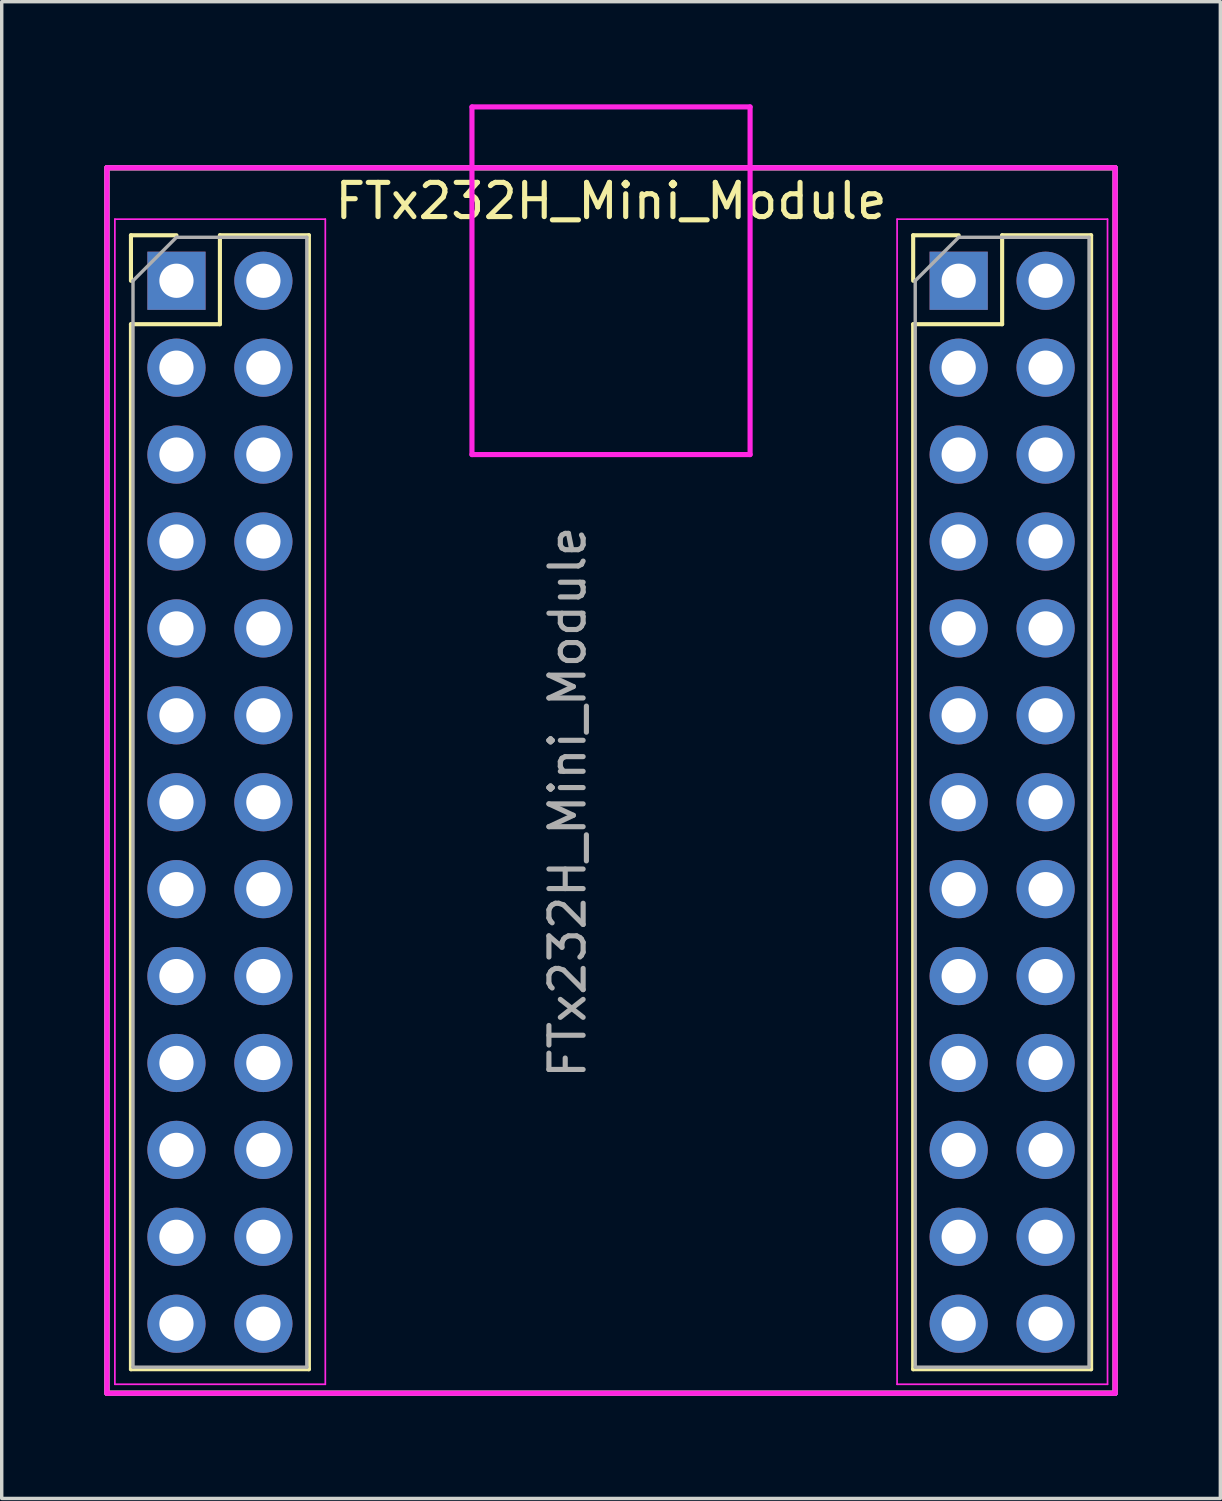
<source format=kicad_pcb>
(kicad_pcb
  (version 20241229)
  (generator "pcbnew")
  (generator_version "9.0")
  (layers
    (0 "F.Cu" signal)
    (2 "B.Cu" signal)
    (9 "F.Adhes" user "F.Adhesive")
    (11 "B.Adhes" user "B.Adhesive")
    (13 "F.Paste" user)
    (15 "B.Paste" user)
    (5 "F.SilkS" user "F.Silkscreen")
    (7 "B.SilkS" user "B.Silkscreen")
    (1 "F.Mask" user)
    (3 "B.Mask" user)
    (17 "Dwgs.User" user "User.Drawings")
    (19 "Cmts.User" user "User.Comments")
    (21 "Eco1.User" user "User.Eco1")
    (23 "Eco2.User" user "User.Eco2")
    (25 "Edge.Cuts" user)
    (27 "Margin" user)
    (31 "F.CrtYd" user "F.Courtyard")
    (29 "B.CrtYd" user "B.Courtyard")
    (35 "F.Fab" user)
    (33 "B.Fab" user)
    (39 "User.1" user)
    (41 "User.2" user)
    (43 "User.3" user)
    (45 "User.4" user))
  (footprint "FTx232H_Mini_Module"
    (layer "F.Cu")
    (at 2.107 5.155)
    (property "Reference" "FTx232H_Mini_Module" (at 12.7 -2.33 0) (layer "F.SilkS") (effects (font (size 1 1) (thickness 0.15))))
    (attr through_hole)
    (fp_line (start -2.032 -3.302) (end 27.432 -3.302) (stroke (width 0.15) (type solid)) (layer "F.SilkS"))
    (fp_line (start -2.032 32.512) (end -2.032 -3.302) (stroke (width 0.15) (type solid)) (layer "F.SilkS"))
    (fp_line (start -1.33 -1.33) (end 0 -1.33) (stroke (width 0.12) (type solid)) (layer "F.SilkS"))
    (fp_line (start -1.33 0) (end -1.33 -1.33) (stroke (width 0.12) (type solid)) (layer "F.SilkS"))
    (fp_line (start -1.33 1.27) (end -1.33 31.81) (stroke (width 0.12) (type solid)) (layer "F.SilkS"))
    (fp_line (start -1.33 1.27) (end 1.27 1.27) (stroke (width 0.12) (type solid)) (layer "F.SilkS"))
    (fp_line (start -1.33 31.81) (end 3.87 31.81) (stroke (width 0.12) (type solid)) (layer "F.SilkS"))
    (fp_line (start 1.27 -1.33) (end 3.87 -1.33) (stroke (width 0.12) (type solid)) (layer "F.SilkS"))
    (fp_line (start 1.27 1.27) (end 1.27 -1.33) (stroke (width 0.12) (type solid)) (layer "F.SilkS"))
    (fp_line (start 3.87 -1.33) (end 3.87 31.81) (stroke (width 0.12) (type solid)) (layer "F.SilkS"))
    (fp_line (start 21.53 -1.33) (end 22.86 -1.33) (stroke (width 0.12) (type solid)) (layer "F.SilkS"))
    (fp_line (start 21.53 0) (end 21.53 -1.33) (stroke (width 0.12) (type solid)) (layer "F.SilkS"))
    (fp_line (start 21.53 1.27) (end 21.53 31.81) (stroke (width 0.12) (type solid)) (layer "F.SilkS"))
    (fp_line (start 21.53 1.27) (end 24.13 1.27) (stroke (width 0.12) (type solid)) (layer "F.SilkS"))
    (fp_line (start 21.53 31.81) (end 26.73 31.81) (stroke (width 0.12) (type solid)) (layer "F.SilkS"))
    (fp_line (start 24.13 -1.33) (end 26.73 -1.33) (stroke (width 0.12) (type solid)) (layer "F.SilkS"))
    (fp_line (start 24.13 1.27) (end 24.13 -1.33) (stroke (width 0.12) (type solid)) (layer "F.SilkS"))
    (fp_line (start 26.73 -1.33) (end 26.73 31.81) (stroke (width 0.12) (type solid)) (layer "F.SilkS"))
    (fp_line (start 27.432 -3.302) (end 27.432 32.512) (stroke (width 0.15) (type solid)) (layer "F.SilkS"))
    (fp_line (start 27.432 32.512) (end -2.032 32.512) (stroke (width 0.15) (type solid)) (layer "F.SilkS"))
    (fp_line (start -2.032 -3.302) (end 27.432 -3.302) (stroke (width 0.15) (type solid)) (layer "F.CrtYd"))
    (fp_line (start -2.032 32.512) (end -2.032 -3.302) (stroke (width 0.15) (type solid)) (layer "F.CrtYd"))
    (fp_line (start -1.8 -1.8) (end -1.8 32.25) (stroke (width 0.05) (type solid)) (layer "F.CrtYd"))
    (fp_line (start -1.8 32.25) (end 4.35 32.25) (stroke (width 0.05) (type solid)) (layer "F.CrtYd"))
    (fp_line (start 4.35 -1.8) (end -1.8 -1.8) (stroke (width 0.05) (type solid)) (layer "F.CrtYd"))
    (fp_line (start 4.35 32.25) (end 4.35 -1.8) (stroke (width 0.05) (type solid)) (layer "F.CrtYd"))
    (fp_line (start 8.636 -5.08) (end 8.636 5.08) (stroke (width 0.15) (type solid)) (layer "F.CrtYd"))
    (fp_line (start 8.636 -5.08) (end 16.764 -5.08) (stroke (width 0.15) (type solid)) (layer "F.CrtYd"))
    (fp_line (start 16.764 -5.08) (end 16.764 5.08) (stroke (width 0.15) (type solid)) (layer "F.CrtYd"))
    (fp_line (start 16.764 5.08) (end 8.636 5.08) (stroke (width 0.15) (type solid)) (layer "F.CrtYd"))
    (fp_line (start 21.06 -1.8) (end 21.06 32.25) (stroke (width 0.05) (type solid)) (layer "F.CrtYd"))
    (fp_line (start 21.06 32.25) (end 27.21 32.25) (stroke (width 0.05) (type solid)) (layer "F.CrtYd"))
    (fp_line (start 27.21 -1.8) (end 21.06 -1.8) (stroke (width 0.05) (type solid)) (layer "F.CrtYd"))
    (fp_line (start 27.21 32.25) (end 27.21 -1.8) (stroke (width 0.05) (type solid)) (layer "F.CrtYd"))
    (fp_line (start 27.432 -3.302) (end 27.432 32.512) (stroke (width 0.15) (type solid)) (layer "F.CrtYd"))
    (fp_line (start 27.432 32.512) (end -2.032 32.512) (stroke (width 0.15) (type solid)) (layer "F.CrtYd"))
    (fp_line (start -2.032 -3.302) (end 27.432 -3.302) (stroke (width 0.15) (type solid)) (layer "F.Fab"))
    (fp_line (start -2.032 32.512) (end -2.032 -3.302) (stroke (width 0.15) (type solid)) (layer "F.Fab"))
    (fp_line (start -1.27 0) (end 0 -1.27) (stroke (width 0.1) (type solid)) (layer "F.Fab"))
    (fp_line (start -1.27 31.75) (end -1.27 0) (stroke (width 0.1) (type solid)) (layer "F.Fab"))
    (fp_line (start 0 -1.27) (end 3.81 -1.27) (stroke (width 0.1) (type solid)) (layer "F.Fab"))
    (fp_line (start 3.81 -1.27) (end 3.81 31.75) (stroke (width 0.1) (type solid)) (layer "F.Fab"))
    (fp_line (start 3.81 31.75) (end -1.27 31.75) (stroke (width 0.1) (type solid)) (layer "F.Fab"))
    (fp_line (start 21.59 0) (end 22.86 -1.27) (stroke (width 0.1) (type solid)) (layer "F.Fab"))
    (fp_line (start 21.59 31.75) (end 21.59 0) (stroke (width 0.1) (type solid)) (layer "F.Fab"))
    (fp_line (start 22.86 -1.27) (end 26.67 -1.27) (stroke (width 0.1) (type solid)) (layer "F.Fab"))
    (fp_line (start 26.67 -1.27) (end 26.67 31.75) (stroke (width 0.1) (type solid)) (layer "F.Fab"))
    (fp_line (start 26.67 31.75) (end 21.59 31.75) (stroke (width 0.1) (type solid)) (layer "F.Fab"))
    (fp_line (start 27.432 -3.302) (end 27.432 32.512) (stroke (width 0.15) (type solid)) (layer "F.Fab"))
    (fp_line (start 27.432 32.512) (end -2.032 32.512) (stroke (width 0.15) (type solid)) (layer "F.Fab"))
    (fp_text user "${REFERENCE}" (at 11.43 15.24 270) (layer "F.Fab") (effects (font (size 1 1) (thickness 0.15))))
    (pad "CN2-1" thru_hole rect (at 0 0) (size 1.7 1.7) (drill 1) (layers "*.Cu" "*.Mask"))
    (pad "CN2-2" thru_hole oval (at 2.54 0) (size 1.7 1.7) (drill 1) (layers "*.Cu" "*.Mask"))
    (pad "CN2-3" thru_hole oval (at 0 2.54) (size 1.7 1.7) (drill 1) (layers "*.Cu" "*.Mask"))
    (pad "CN2-4" thru_hole oval (at 2.54 2.54) (size 1.7 1.7) (drill 1) (layers "*.Cu" "*.Mask"))
    (pad "CN2-5" thru_hole oval (at 0 5.08) (size 1.7 1.7) (drill 1) (layers "*.Cu" "*.Mask"))
    (pad "CN2-6" thru_hole oval (at 2.54 5.08) (size 1.7 1.7) (drill 1) (layers "*.Cu" "*.Mask"))
    (pad "CN2-7" thru_hole oval (at 0 7.62) (size 1.7 1.7) (drill 1) (layers "*.Cu" "*.Mask"))
    (pad "CN2-8" thru_hole oval (at 2.54 7.62) (size 1.7 1.7) (drill 1) (layers "*.Cu" "*.Mask"))
    (pad "CN2-9" thru_hole oval (at 0 10.16) (size 1.7 1.7) (drill 1) (layers "*.Cu" "*.Mask"))
    (pad "CN2-10" thru_hole oval (at 2.54 10.16) (size 1.7 1.7) (drill 1) (layers "*.Cu" "*.Mask"))
    (pad "CN2-11" thru_hole oval (at 0 12.7) (size 1.7 1.7) (drill 1) (layers "*.Cu" "*.Mask"))
    (pad "CN2-12" thru_hole oval (at 2.54 12.7) (size 1.7 1.7) (drill 1) (layers "*.Cu" "*.Mask"))
    (pad "CN2-13" thru_hole oval (at 0 15.24) (size 1.7 1.7) (drill 1) (layers "*.Cu" "*.Mask"))
    (pad "CN2-14" thru_hole oval (at 2.54 15.24) (size 1.7 1.7) (drill 1) (layers "*.Cu" "*.Mask"))
    (pad "CN2-15" thru_hole oval (at 0 17.78) (size 1.7 1.7) (drill 1) (layers "*.Cu" "*.Mask"))
    (pad "CN2-16" thru_hole oval (at 2.54 17.78) (size 1.7 1.7) (drill 1) (layers "*.Cu" "*.Mask"))
    (pad "CN2-17" thru_hole oval (at 0 20.32) (size 1.7 1.7) (drill 1) (layers "*.Cu" "*.Mask"))
    (pad "CN2-18" thru_hole oval (at 2.54 20.32) (size 1.7 1.7) (drill 1) (layers "*.Cu" "*.Mask"))
    (pad "CN2-19" thru_hole oval (at 0 22.86) (size 1.7 1.7) (drill 1) (layers "*.Cu" "*.Mask"))
    (pad "CN2-20" thru_hole oval (at 2.54 22.86) (size 1.7 1.7) (drill 1) (layers "*.Cu" "*.Mask"))
    (pad "CN2-21" thru_hole oval (at 0 25.4) (size 1.7 1.7) (drill 1) (layers "*.Cu" "*.Mask"))
    (pad "CN2-22" thru_hole oval (at 2.54 25.4) (size 1.7 1.7) (drill 1) (layers "*.Cu" "*.Mask"))
    (pad "CN2-23" thru_hole oval (at 0 27.94) (size 1.7 1.7) (drill 1) (layers "*.Cu" "*.Mask"))
    (pad "CN2-24" thru_hole oval (at 2.54 27.94) (size 1.7 1.7) (drill 1) (layers "*.Cu" "*.Mask"))
    (pad "CN2-25" thru_hole oval (at 0 30.48) (size 1.7 1.7) (drill 1) (layers "*.Cu" "*.Mask"))
    (pad "CN2-26" thru_hole oval (at 2.54 30.48) (size 1.7 1.7) (drill 1) (layers "*.Cu" "*.Mask"))
    (pad "CN3-1" thru_hole rect (at 22.86 0) (size 1.7 1.7) (drill 1) (layers "*.Cu" "*.Mask"))
    (pad "CN3-2" thru_hole oval (at 25.4 0) (size 1.7 1.7) (drill 1) (layers "*.Cu" "*.Mask"))
    (pad "CN3-3" thru_hole oval (at 22.86 2.54) (size 1.7 1.7) (drill 1) (layers "*.Cu" "*.Mask"))
    (pad "CN3-4" thru_hole oval (at 25.4 2.54) (size 1.7 1.7) (drill 1) (layers "*.Cu" "*.Mask"))
    (pad "CN3-5" thru_hole oval (at 22.86 5.08) (size 1.7 1.7) (drill 1) (layers "*.Cu" "*.Mask"))
    (pad "CN3-6" thru_hole oval (at 25.4 5.08) (size 1.7 1.7) (drill 1) (layers "*.Cu" "*.Mask"))
    (pad "CN3-7" thru_hole oval (at 22.86 7.62) (size 1.7 1.7) (drill 1) (layers "*.Cu" "*.Mask"))
    (pad "CN3-8" thru_hole oval (at 25.4 7.62) (size 1.7 1.7) (drill 1) (layers "*.Cu" "*.Mask"))
    (pad "CN3-9" thru_hole oval (at 22.86 10.16) (size 1.7 1.7) (drill 1) (layers "*.Cu" "*.Mask"))
    (pad "CN3-10" thru_hole oval (at 25.4 10.16) (size 1.7 1.7) (drill 1) (layers "*.Cu" "*.Mask"))
    (pad "CN3-11" thru_hole oval (at 22.86 12.7) (size 1.7 1.7) (drill 1) (layers "*.Cu" "*.Mask"))
    (pad "CN3-12" thru_hole oval (at 25.4 12.7) (size 1.7 1.7) (drill 1) (layers "*.Cu" "*.Mask"))
    (pad "CN3-13" thru_hole oval (at 22.86 15.24) (size 1.7 1.7) (drill 1) (layers "*.Cu" "*.Mask"))
    (pad "CN3-14" thru_hole oval (at 25.4 15.24) (size 1.7 1.7) (drill 1) (layers "*.Cu" "*.Mask"))
    (pad "CN3-15" thru_hole oval (at 22.86 17.78) (size 1.7 1.7) (drill 1) (layers "*.Cu" "*.Mask"))
    (pad "CN3-16" thru_hole oval (at 25.4 17.78) (size 1.7 1.7) (drill 1) (layers "*.Cu" "*.Mask"))
    (pad "CN3-17" thru_hole oval (at 22.86 20.32) (size 1.7 1.7) (drill 1) (layers "*.Cu" "*.Mask"))
    (pad "CN3-18" thru_hole oval (at 25.4 20.32) (size 1.7 1.7) (drill 1) (layers "*.Cu" "*.Mask"))
    (pad "CN3-19" thru_hole oval (at 22.86 22.86) (size 1.7 1.7) (drill 1) (layers "*.Cu" "*.Mask"))
    (pad "CN3-20" thru_hole oval (at 25.4 22.86) (size 1.7 1.7) (drill 1) (layers "*.Cu" "*.Mask"))
    (pad "CN3-21" thru_hole oval (at 22.86 25.4) (size 1.7 1.7) (drill 1) (layers "*.Cu" "*.Mask"))
    (pad "CN3-22" thru_hole oval (at 25.4 25.4) (size 1.7 1.7) (drill 1) (layers "*.Cu" "*.Mask"))
    (pad "CN3-23" thru_hole oval (at 22.86 27.94) (size 1.7 1.7) (drill 1) (layers "*.Cu" "*.Mask"))
    (pad "CN3-24" thru_hole oval (at 25.4 27.94) (size 1.7 1.7) (drill 1) (layers "*.Cu" "*.Mask"))
    (pad "CN3-25" thru_hole oval (at 22.86 30.48) (size 1.7 1.7) (drill 1) (layers "*.Cu" "*.Mask"))
    (pad "CN3-26" thru_hole oval (at 25.4 30.48) (size 1.7 1.7) (drill 1) (layers "*.Cu" "*.Mask")))
  (gr_rect
    (start -3 -3)
    (end 32.614 40.742)
    (stroke (width 0.1) (type default))
    (fill no)
    (layer "Edge.Cuts")))
</source>
